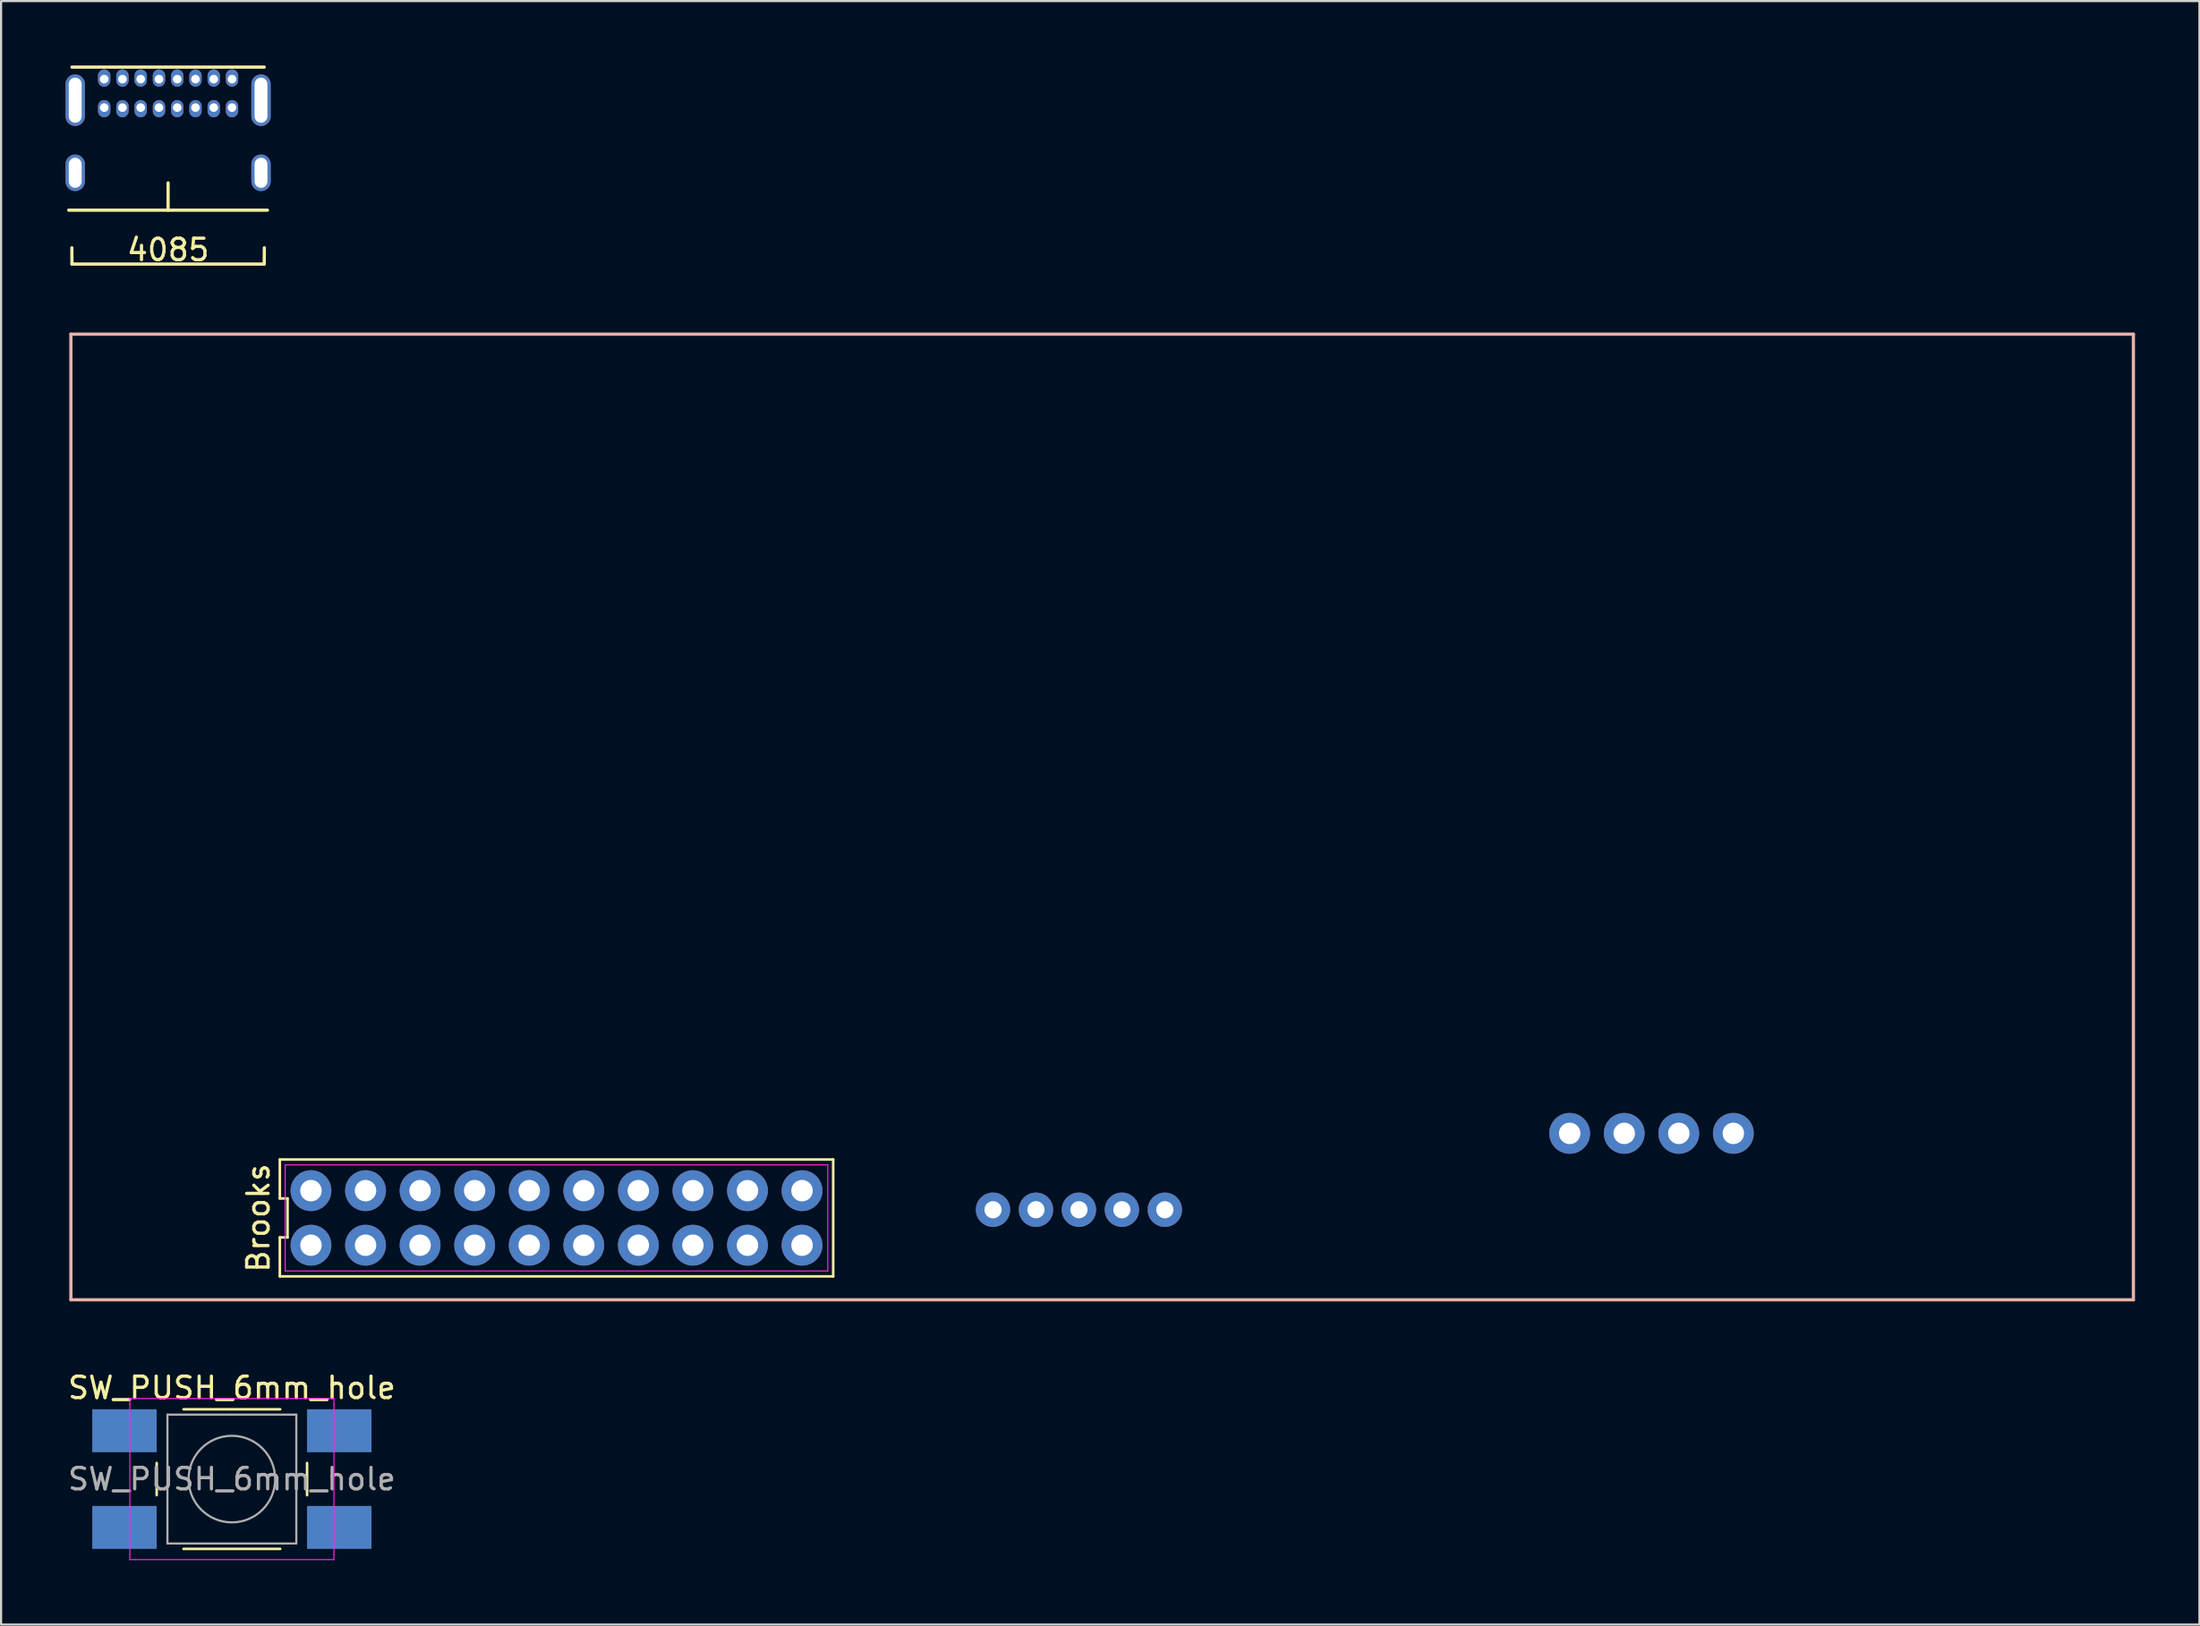
<source format=kicad_pcb>
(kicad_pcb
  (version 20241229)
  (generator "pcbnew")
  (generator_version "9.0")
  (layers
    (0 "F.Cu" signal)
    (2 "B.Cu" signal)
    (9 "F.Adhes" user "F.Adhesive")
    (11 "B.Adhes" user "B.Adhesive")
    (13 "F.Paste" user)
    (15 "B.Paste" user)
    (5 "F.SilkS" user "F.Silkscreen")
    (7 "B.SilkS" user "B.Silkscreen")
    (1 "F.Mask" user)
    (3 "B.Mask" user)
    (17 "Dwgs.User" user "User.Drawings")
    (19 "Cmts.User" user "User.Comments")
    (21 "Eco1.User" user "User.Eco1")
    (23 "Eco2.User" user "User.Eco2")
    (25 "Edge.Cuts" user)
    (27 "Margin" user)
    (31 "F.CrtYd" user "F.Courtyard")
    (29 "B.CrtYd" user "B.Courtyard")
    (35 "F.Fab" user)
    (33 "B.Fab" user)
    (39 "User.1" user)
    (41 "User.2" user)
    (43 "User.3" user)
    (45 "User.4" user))
  (footprint "Brooks"
    (layer "F.Cu")
    (at 0.25 57.466)
    (property "Reference" "Brooks" (at 8.726 -3.81 90) (layer "F.SilkS") (effects (font (size 1 1) (thickness 0.15))))
    (attr through_hole)
    (fp_line (start 9.726 -6.53) (end 9.726 -4.717) (stroke (width 0.12) (type solid)) (layer "F.SilkS"))
    (fp_line (start 9.726 -4.717) (end 10.086 -4.717) (stroke (width 0.12) (type solid)) (layer "F.SilkS"))
    (fp_line (start 9.726 -2.903) (end 9.726 -1.09) (stroke (width 0.12) (type solid)) (layer "F.SilkS"))
    (fp_line (start 9.726 -1.09) (end 35.486 -1.09) (stroke (width 0.12) (type solid)) (layer "F.SilkS"))
    (fp_line (start 10.086 -4.717) (end 10.086 -2.903) (stroke (width 0.12) (type solid)) (layer "F.SilkS"))
    (fp_line (start 10.086 -2.903) (end 9.726 -2.903) (stroke (width 0.12) (type solid)) (layer "F.SilkS"))
    (fp_line (start 35.486 -6.53) (end 9.726 -6.53) (stroke (width 0.12) (type solid)) (layer "F.SilkS"))
    (fp_line (start 35.486 -1.09) (end 35.486 -6.53) (stroke (width 0.12) (type solid)) (layer "F.SilkS"))
    (fp_line (start 0 -44.958) (end 96.012 -44.958) (stroke (width 0.15) (type solid)) (layer "B.SilkS"))
    (fp_line (start 0 0) (end 0 -44.958) (stroke (width 0.15) (type solid)) (layer "B.SilkS"))
    (fp_line (start 96.012 -44.958) (end 96.012 0) (stroke (width 0.15) (type solid)) (layer "B.SilkS"))
    (fp_line (start 96.012 0) (end 0 0) (stroke (width 0.15) (type solid)) (layer "B.SilkS"))
    (fp_line (start 9.976 -6.28) (end 35.236 -6.28) (stroke (width 0.05) (type solid)) (layer "F.CrtYd"))
    (fp_line (start 9.976 -1.34) (end 9.976 -6.28) (stroke (width 0.05) (type solid)) (layer "F.CrtYd"))
    (fp_line (start 35.236 -6.28) (end 35.236 -1.34) (stroke (width 0.05) (type solid)) (layer "F.CrtYd"))
    (fp_line (start 35.236 -1.34) (end 9.976 -1.34) (stroke (width 0.05) (type solid)) (layer "F.CrtYd"))
    (pad "1" thru_hole circle (at 34.036 -5.08) (size 1.9 1.9) (drill 1) (layers "*.Cu" "*.Mask"))
    (pad "2" thru_hole circle (at 34.036 -2.54) (size 1.9 1.9) (drill 1) (layers "*.Cu" "*.Mask"))
    (pad "3" thru_hole circle (at 31.496 -5.08) (size 1.9 1.9) (drill 1) (layers "*.Cu" "*.Mask"))
    (pad "4" thru_hole circle (at 31.496 -2.54) (size 1.9 1.9) (drill 1) (layers "*.Cu" "*.Mask"))
    (pad "5" thru_hole circle (at 28.956 -5.08) (size 1.9 1.9) (drill 1) (layers "*.Cu" "*.Mask"))
    (pad "6" thru_hole circle (at 28.956 -2.54) (size 1.9 1.9) (drill 1) (layers "*.Cu" "*.Mask"))
    (pad "7" thru_hole circle (at 26.416 -5.08) (size 1.9 1.9) (drill 1) (layers "*.Cu" "*.Mask"))
    (pad "8" thru_hole circle (at 26.416 -2.54) (size 1.9 1.9) (drill 1) (layers "*.Cu" "*.Mask"))
    (pad "9" thru_hole circle (at 23.876 -5.08) (size 1.9 1.9) (drill 1) (layers "*.Cu" "*.Mask"))
    (pad "10" thru_hole circle (at 23.876 -2.54) (size 1.9 1.9) (drill 1) (layers "*.Cu" "*.Mask"))
    (pad "11" thru_hole circle (at 21.336 -5.08) (size 1.9 1.9) (drill 1) (layers "*.Cu" "*.Mask"))
    (pad "12" thru_hole circle (at 21.336 -2.54) (size 1.9 1.9) (drill 1) (layers "*.Cu" "*.Mask"))
    (pad "13" thru_hole circle (at 18.796 -5.08) (size 1.9 1.9) (drill 1) (layers "*.Cu" "*.Mask"))
    (pad "14" thru_hole circle (at 18.796 -2.54) (size 1.9 1.9) (drill 1) (layers "*.Cu" "*.Mask"))
    (pad "15" thru_hole circle (at 16.256 -5.08) (size 1.9 1.9) (drill 1) (layers "*.Cu" "*.Mask"))
    (pad "16" thru_hole circle (at 16.256 -2.54) (size 1.9 1.9) (drill 1) (layers "*.Cu" "*.Mask"))
    (pad "17" thru_hole circle (at 13.716 -5.08) (size 1.9 1.9) (drill 1) (layers "*.Cu" "*.Mask"))
    (pad "18" thru_hole circle (at 13.716 -2.54) (size 1.9 1.9) (drill 1) (layers "*.Cu" "*.Mask"))
    (pad "19" thru_hole circle (at 11.176 -5.08) (size 1.9 1.9) (drill 1) (layers "*.Cu" "*.Mask"))
    (pad "20" thru_hole circle (at 11.176 -2.54) (size 1.9 1.9) (drill 1) (layers "*.Cu" "*.Mask"))
    (pad "21" thru_hole circle (at 42.926 -4.191) (size 1.6 1.6) (drill 0.8) (layers "*.Cu" "*.Mask"))
    (pad "22" thru_hole circle (at 44.926 -4.191) (size 1.6 1.6) (drill 0.8) (layers "*.Cu" "*.Mask"))
    (pad "23" thru_hole circle (at 46.926 -4.191) (size 1.6 1.6) (drill 0.8) (layers "*.Cu" "*.Mask"))
    (pad "24" thru_hole circle (at 48.926 -4.191) (size 1.6 1.6) (drill 0.8) (layers "*.Cu" "*.Mask"))
    (pad "25" thru_hole circle (at 50.926 -4.191) (size 1.6 1.6) (drill 0.8) (layers "*.Cu" "*.Mask"))
    (pad "26" thru_hole circle (at 77.39 -7.747) (size 1.9 1.9) (drill 1) (layers "*.Cu" "*.Mask"))
    (pad "27" thru_hole circle (at 69.77 -7.747) (size 1.9 1.9) (drill 1) (layers "*.Cu" "*.Mask"))
    (pad "28" thru_hole circle (at 72.31 -7.747) (size 1.9 1.9) (drill 1) (layers "*.Cu" "*.Mask"))
    (pad "29" thru_hole circle (at 74.85 -7.747) (size 1.9 1.9) (drill 1) (layers "*.Cu" "*.Mask")))
  (footprint "SW_PUSH_6mm_hole"
    (layer "F.Cu")
    (at 4.494 63.565)
    (property "Reference" "SW_PUSH_6mm_hole" (at 3.25 -2 0) (layer "F.SilkS") (effects (font (size 1 1) (thickness 0.15))))
    (attr through_hole)
    (fp_line (start -0.25 1.5) (end -0.25 3) (stroke (width 0.12) (type solid)) (layer "F.SilkS"))
    (fp_line (start 1 5.5) (end 5.5 5.5) (stroke (width 0.12) (type solid)) (layer "F.SilkS"))
    (fp_line (start 5.5 -1) (end 1 -1) (stroke (width 0.12) (type solid)) (layer "F.SilkS"))
    (fp_line (start 6.75 3) (end 6.75 1.5) (stroke (width 0.12) (type solid)) (layer "F.SilkS"))
    (fp_line (start -1.5 -1.5) (end -1.25 -1.5) (stroke (width 0.05) (type solid)) (layer "F.CrtYd"))
    (fp_line (start -1.5 -1.25) (end -1.5 -1.5) (stroke (width 0.05) (type solid)) (layer "F.CrtYd"))
    (fp_line (start -1.5 5.75) (end -1.5 -1.25) (stroke (width 0.05) (type solid)) (layer "F.CrtYd"))
    (fp_line (start -1.5 5.75) (end -1.5 6) (stroke (width 0.05) (type solid)) (layer "F.CrtYd"))
    (fp_line (start -1.5 6) (end -1.25 6) (stroke (width 0.05) (type solid)) (layer "F.CrtYd"))
    (fp_line (start -1.25 -1.5) (end 7.75 -1.5) (stroke (width 0.05) (type solid)) (layer "F.CrtYd"))
    (fp_line (start 7.75 -1.5) (end 8 -1.5) (stroke (width 0.05) (type solid)) (layer "F.CrtYd"))
    (fp_line (start 7.75 6) (end -1.25 6) (stroke (width 0.05) (type solid)) (layer "F.CrtYd"))
    (fp_line (start 7.75 6) (end 8 6) (stroke (width 0.05) (type solid)) (layer "F.CrtYd"))
    (fp_line (start 8 -1.5) (end 8 -1.25) (stroke (width 0.05) (type solid)) (layer "F.CrtYd"))
    (fp_line (start 8 -1.25) (end 8 5.75) (stroke (width 0.05) (type solid)) (layer "F.CrtYd"))
    (fp_line (start 8 6) (end 8 5.75) (stroke (width 0.05) (type solid)) (layer "F.CrtYd"))
    (fp_line (start 0.25 -0.75) (end 3.25 -0.75) (stroke (width 0.1) (type solid)) (layer "F.Fab"))
    (fp_line (start 0.25 5.25) (end 0.25 -0.75) (stroke (width 0.1) (type solid)) (layer "F.Fab"))
    (fp_line (start 3.25 -0.75) (end 6.25 -0.75) (stroke (width 0.1) (type solid)) (layer "F.Fab"))
    (fp_line (start 6.25 -0.75) (end 6.25 5.25) (stroke (width 0.1) (type solid)) (layer "F.Fab"))
    (fp_line (start 6.25 5.25) (end 0.25 5.25) (stroke (width 0.1) (type solid)) (layer "F.Fab"))
    (fp_circle (center 3.25 2.25) (end 1.25 2.5) (stroke (width 0.1) (type solid)) (fill no) (layer "F.Fab"))
    (fp_text user "${REFERENCE}" (at 3.25 2.25 0) (layer "F.Fab") (effects (font (size 1 1) (thickness 0.15))))
    (pad "1" smd rect (at -1.75 0 90) (size 2 3) (layers "B.Cu" "B.Mask" "B.Paste"))
    (pad "1" smd rect (at 8.25 0 90) (size 2 3) (layers "B.Cu" "B.Mask" "B.Paste"))
    (pad "2" smd rect (at -1.75 4.5 90) (size 2 3) (layers "B.Cu" "B.Mask" "B.Paste"))
    (pad "2" smd rect (at 8.25 4.5 90) (size 2 3) (layers "B.Cu" "B.Mask" "B.Paste")))
  (footprint "4085"
    (layer "F.Cu")
    (at 4.775 6.735)
    (property "Reference" "4085" (at 0 1.85 0) (layer "F.SilkS") (effects (font (size 1 1) (thickness 0.15))))
    (attr through_hole)
    (fp_line (start -4.625 0) (end 4.625 0) (stroke (width 0.15) (type solid)) (layer "F.SilkS"))
    (fp_line (start -4.475 -6.66) (end 4.475 -6.66) (stroke (width 0.15) (type solid)) (layer "F.SilkS"))
    (fp_line (start -4.475 2.51) (end -4.48 1.75) (stroke (width 0.15) (type solid)) (layer "F.SilkS"))
    (fp_line (start -4.475 2.51) (end 4.475 2.51) (stroke (width 0.15) (type solid)) (layer "F.SilkS"))
    (fp_line (start 0 0) (end 0 -1.27) (stroke (width 0.15) (type solid)) (layer "F.SilkS"))
    (fp_line (start 4.48 1.75) (end 4.475 2.51) (stroke (width 0.15) (type solid)) (layer "F.SilkS"))
    (pad "A1" thru_hole oval (at -2.975 -6.1) (size 0.575 0.8) (drill 0.4 (offset 0 -0.05)) (layers "*.Cu" "*.Mask"))
    (pad "A4" thru_hole oval (at -2.125 -6.1) (size 0.575 0.8) (drill 0.4 (offset 0 -0.05)) (layers "*.Cu" "*.Mask"))
    (pad "A5" thru_hole oval (at -1.275 -6.1) (size 0.575 0.8) (drill 0.4 (offset 0 -0.05)) (layers "*.Cu" "*.Mask"))
    (pad "A6" thru_hole oval (at -0.425 -6.1) (size 0.575 0.8) (drill 0.4 (offset 0 -0.05)) (layers "*.Cu" "*.Mask"))
    (pad "A7" thru_hole oval (at 0.425 -6.1) (size 0.575 0.8) (drill 0.4 (offset 0 -0.05)) (layers "*.Cu" "*.Mask"))
    (pad "A8" thru_hole oval (at 1.275 -6.1) (size 0.575 0.8) (drill 0.4 (offset 0 -0.05)) (layers "*.Cu" "*.Mask"))
    (pad "A9" thru_hole oval (at 2.125 -6.1) (size 0.575 0.8) (drill 0.4 (offset 0 -0.05)) (layers "*.Cu" "*.Mask"))
    (pad "A12" thru_hole oval (at 2.975 -6.1) (size 0.575 0.8) (drill 0.4 (offset 0 -0.05)) (layers "*.Cu" "*.Mask"))
    (pad "B1" thru_hole oval (at 2.975 -4.775) (size 0.575 0.8) (drill 0.4 (offset 0 0.05)) (layers "*.Cu" "*.Mask"))
    (pad "B4" thru_hole oval (at 2.125 -4.775) (size 0.575 0.8) (drill 0.4 (offset 0 0.05)) (layers "*.Cu" "*.Mask"))
    (pad "B5" thru_hole oval (at 1.275 -4.775) (size 0.575 0.8) (drill 0.4 (offset 0 0.05)) (layers "*.Cu" "*.Mask"))
    (pad "B6" thru_hole oval (at 0.425 -4.775) (size 0.575 0.8) (drill 0.4 (offset 0 0.05)) (layers "*.Cu" "*.Mask"))
    (pad "B7" thru_hole oval (at -0.425 -4.775) (size 0.575 0.8) (drill 0.4 (offset 0 0.05)) (layers "*.Cu" "*.Mask"))
    (pad "B8" thru_hole oval (at -1.275 -4.775) (size 0.575 0.8) (drill 0.4 (offset 0 0.05)) (layers "*.Cu" "*.Mask"))
    (pad "B9" thru_hole oval (at -2.125 -4.775) (size 0.575 0.8) (drill 0.4 (offset 0 0.05)) (layers "*.Cu" "*.Mask"))
    (pad "B12" thru_hole oval (at -2.975 -4.775) (size 0.575 0.8) (drill 0.4 (offset 0 0.05)) (layers "*.Cu" "*.Mask"))
    (pad "S1" thru_hole oval (at -4.325 -5.12) (size 0.9 2.4) (drill oval 0.6 2.1) (layers "*.Cu" "*.Mask"))
    (pad "S1" thru_hole oval (at -4.325 -1.74) (size 0.9 1.7) (drill oval 0.6 1.4) (layers "*.Cu" "*.Mask"))
    (pad "S1" thru_hole oval (at 4.325 -5.12) (size 0.9 2.4) (drill oval 0.6 2.1) (layers "*.Cu" "*.Mask"))
    (pad "S1" thru_hole oval (at 4.325 -1.74) (size 0.9 1.7) (drill oval 0.6 1.4) (layers "*.Cu" "*.Mask")))
  (gr_rect
    (start -3 -3)
    (end 99.337 72.59)
    (stroke (width 0.1) (type default))
    (fill no)
    (layer "Edge.Cuts")))
</source>
